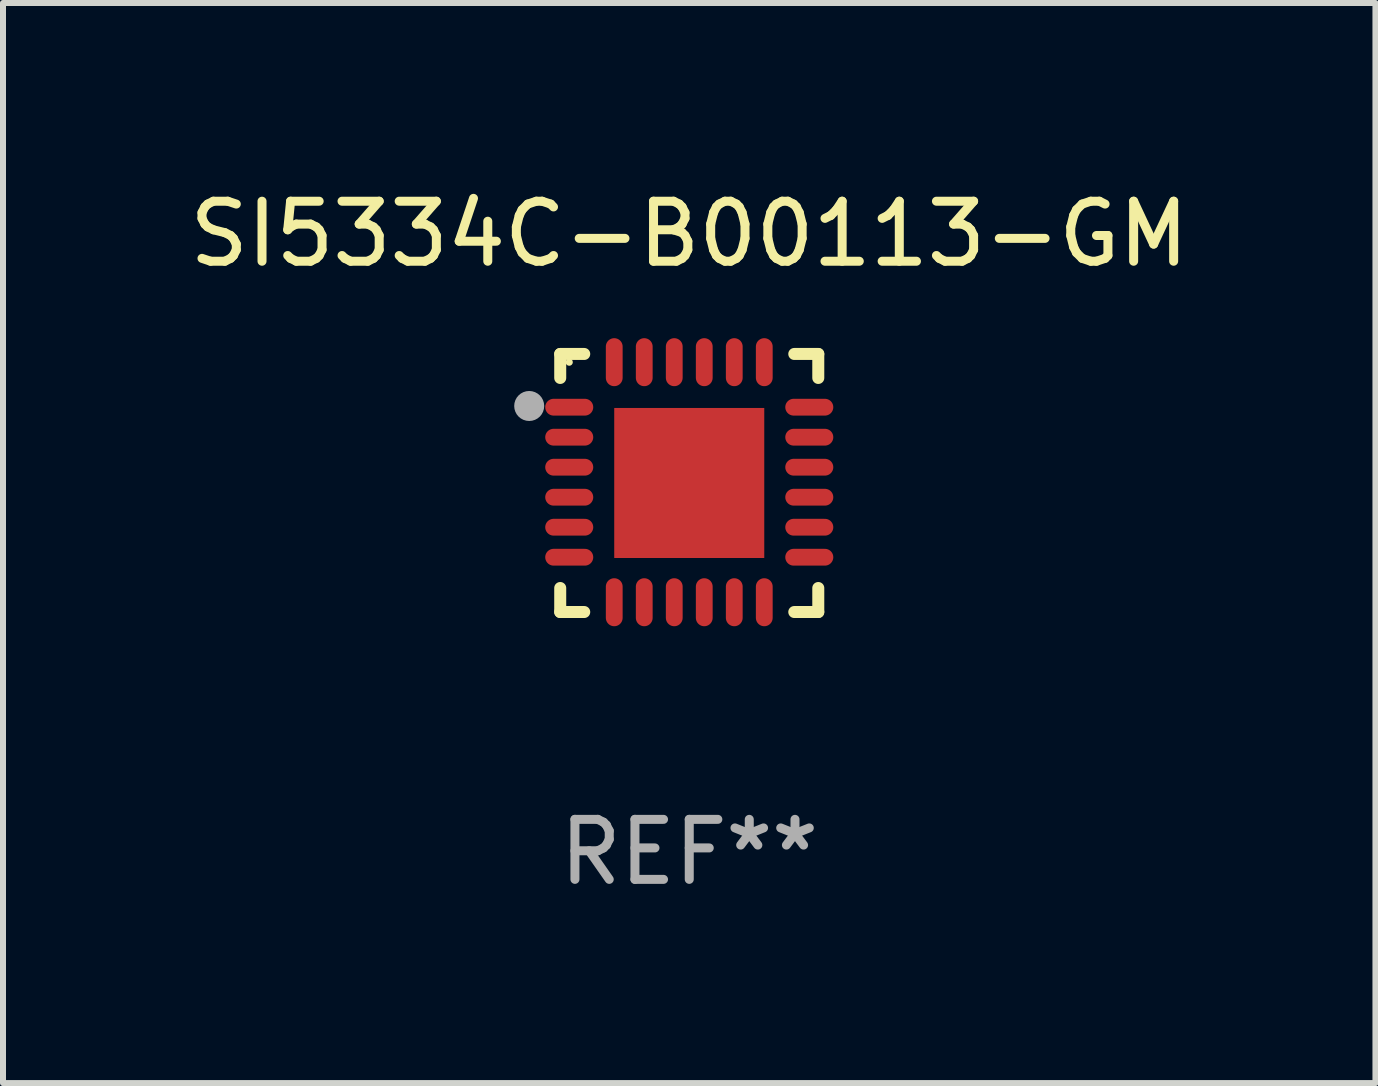
<source format=kicad_pcb>
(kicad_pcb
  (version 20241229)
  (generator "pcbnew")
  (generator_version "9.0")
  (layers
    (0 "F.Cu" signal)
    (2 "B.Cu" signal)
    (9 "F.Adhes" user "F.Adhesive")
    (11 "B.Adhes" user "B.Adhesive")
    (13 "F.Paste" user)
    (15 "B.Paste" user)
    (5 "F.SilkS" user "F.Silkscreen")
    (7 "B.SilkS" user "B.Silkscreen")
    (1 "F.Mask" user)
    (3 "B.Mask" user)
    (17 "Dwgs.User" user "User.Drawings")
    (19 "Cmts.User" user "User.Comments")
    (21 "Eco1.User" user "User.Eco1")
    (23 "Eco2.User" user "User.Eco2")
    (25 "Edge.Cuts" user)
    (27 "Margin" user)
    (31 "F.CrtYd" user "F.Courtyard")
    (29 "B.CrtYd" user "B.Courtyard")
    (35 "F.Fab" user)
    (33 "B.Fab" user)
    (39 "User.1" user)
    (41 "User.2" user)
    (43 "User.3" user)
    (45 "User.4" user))
  (footprint "SI5334C-B00113-GM"
    (layer "F.Cu")
    (at 8.435 4.998)
    (property "Reference" "SI5334C-B00113-GM" (at 0 -4.15 0) (layer "F.SilkS") (effects (font (size 1 1) (thickness 0.15))))
    (attr through_hole)
    (fp_line (start -2.15 -2.15) (end -1.75 -2.15) (stroke (width 0.2) (type solid)) (layer "F.SilkS"))
    (fp_line (start -2.15 -1.75) (end -2.15 -2.15) (stroke (width 0.2) (type solid)) (layer "F.SilkS"))
    (fp_line (start -2.15 2.15) (end -2.15 1.75) (stroke (width 0.2) (type solid)) (layer "F.SilkS"))
    (fp_line (start -1.75 2.15) (end -2.15 2.15) (stroke (width 0.2) (type solid)) (layer "F.SilkS"))
    (fp_line (start 1.75 -2.15) (end 2.15 -2.15) (stroke (width 0.2) (type solid)) (layer "F.SilkS"))
    (fp_line (start 1.75 2.15) (end 2.15 2.15) (stroke (width 0.2) (type solid)) (layer "F.SilkS"))
    (fp_line (start 2.15 -2.15) (end 2.15 -1.75) (stroke (width 0.2) (type solid)) (layer "F.SilkS"))
    (fp_line (start 2.15 2.15) (end 2.15 1.75) (stroke (width 0.2) (type solid)) (layer "F.SilkS"))
    (fp_circle (center -2 -2.013) (end -1.97 -2.013) (stroke (width 0.06) (type solid)) (fill no) (layer "F.SilkS"))
    (fp_circle (center -2.667 -1.283) (end -2.542 -1.283) (stroke (width 0.25) (type solid)) (fill no) (layer "F.Fab"))
    (fp_text user "REF**" (at 0 6.15 0) (layer "F.Fab") (effects (font (size 1 1) (thickness 0.15))))
    (pad "1" smd oval (at -2 -1.263) (size 0.8 0.28) (layers "F.Cu" "F.Mask" "F.Paste"))
    (pad "2" smd oval (at -2 -0.763) (size 0.8 0.28) (layers "F.Cu" "F.Mask" "F.Paste"))
    (pad "3" smd oval (at -2 -0.263) (size 0.8 0.28) (layers "F.Cu" "F.Mask" "F.Paste"))
    (pad "4" smd oval (at -2 0.237) (size 0.8 0.28) (layers "F.Cu" "F.Mask" "F.Paste"))
    (pad "5" smd oval (at -2 0.737) (size 0.8 0.28) (layers "F.Cu" "F.Mask" "F.Paste"))
    (pad "6" smd oval (at -2 1.237) (size 0.8 0.28) (layers "F.Cu" "F.Mask" "F.Paste"))
    (pad "7" smd oval (at -1.25 1.987) (size 0.28 0.8) (layers "F.Cu" "F.Mask" "F.Paste"))
    (pad "8" smd oval (at -0.75 1.987) (size 0.28 0.8) (layers "F.Cu" "F.Mask" "F.Paste"))
    (pad "9" smd oval (at -0.25 1.987) (size 0.28 0.8) (layers "F.Cu" "F.Mask" "F.Paste"))
    (pad "10" smd oval (at 0.25 1.987) (size 0.28 0.8) (layers "F.Cu" "F.Mask" "F.Paste"))
    (pad "11" smd oval (at 0.75 1.987) (size 0.28 0.8) (layers "F.Cu" "F.Mask" "F.Paste"))
    (pad "12" smd oval (at 1.25 1.987) (size 0.28 0.8) (layers "F.Cu" "F.Mask" "F.Paste"))
    (pad "13" smd oval (at 2 1.237) (size 0.8 0.28) (layers "F.Cu" "F.Mask" "F.Paste"))
    (pad "14" smd oval (at 2 0.737) (size 0.8 0.28) (layers "F.Cu" "F.Mask" "F.Paste"))
    (pad "15" smd oval (at 2 0.237) (size 0.8 0.28) (layers "F.Cu" "F.Mask" "F.Paste"))
    (pad "16" smd oval (at 2 -0.263) (size 0.8 0.28) (layers "F.Cu" "F.Mask" "F.Paste"))
    (pad "17" smd oval (at 2 -0.763) (size 0.8 0.28) (layers "F.Cu" "F.Mask" "F.Paste"))
    (pad "18" smd oval (at 2 -1.263) (size 0.8 0.28) (layers "F.Cu" "F.Mask" "F.Paste"))
    (pad "19" smd oval (at 1.25 -2.013) (size 0.28 0.8) (layers "F.Cu" "F.Mask" "F.Paste"))
    (pad "20" smd oval (at 0.75 -2.013) (size 0.28 0.8) (layers "F.Cu" "F.Mask" "F.Paste"))
    (pad "21" smd oval (at 0.25 -2.013) (size 0.28 0.8) (layers "F.Cu" "F.Mask" "F.Paste"))
    (pad "22" smd oval (at -0.25 -2.013) (size 0.28 0.8) (layers "F.Cu" "F.Mask" "F.Paste"))
    (pad "23" smd oval (at -0.75 -2.013) (size 0.28 0.8) (layers "F.Cu" "F.Mask" "F.Paste"))
    (pad "24" smd oval (at -1.25 -2.013) (size 0.28 0.8) (layers "F.Cu" "F.Mask" "F.Paste"))
    (pad "25" smd rect (at -0.000127 -0.00014) (size 2.5 2.5) (layers "F.Cu" "F.Mask" "F.Paste")))
  (gr_rect
    (start -3 -3)
    (end 19.869 14.997)
    (stroke (width 0.1) (type default))
    (fill no)
    (layer "Edge.Cuts")))
</source>
